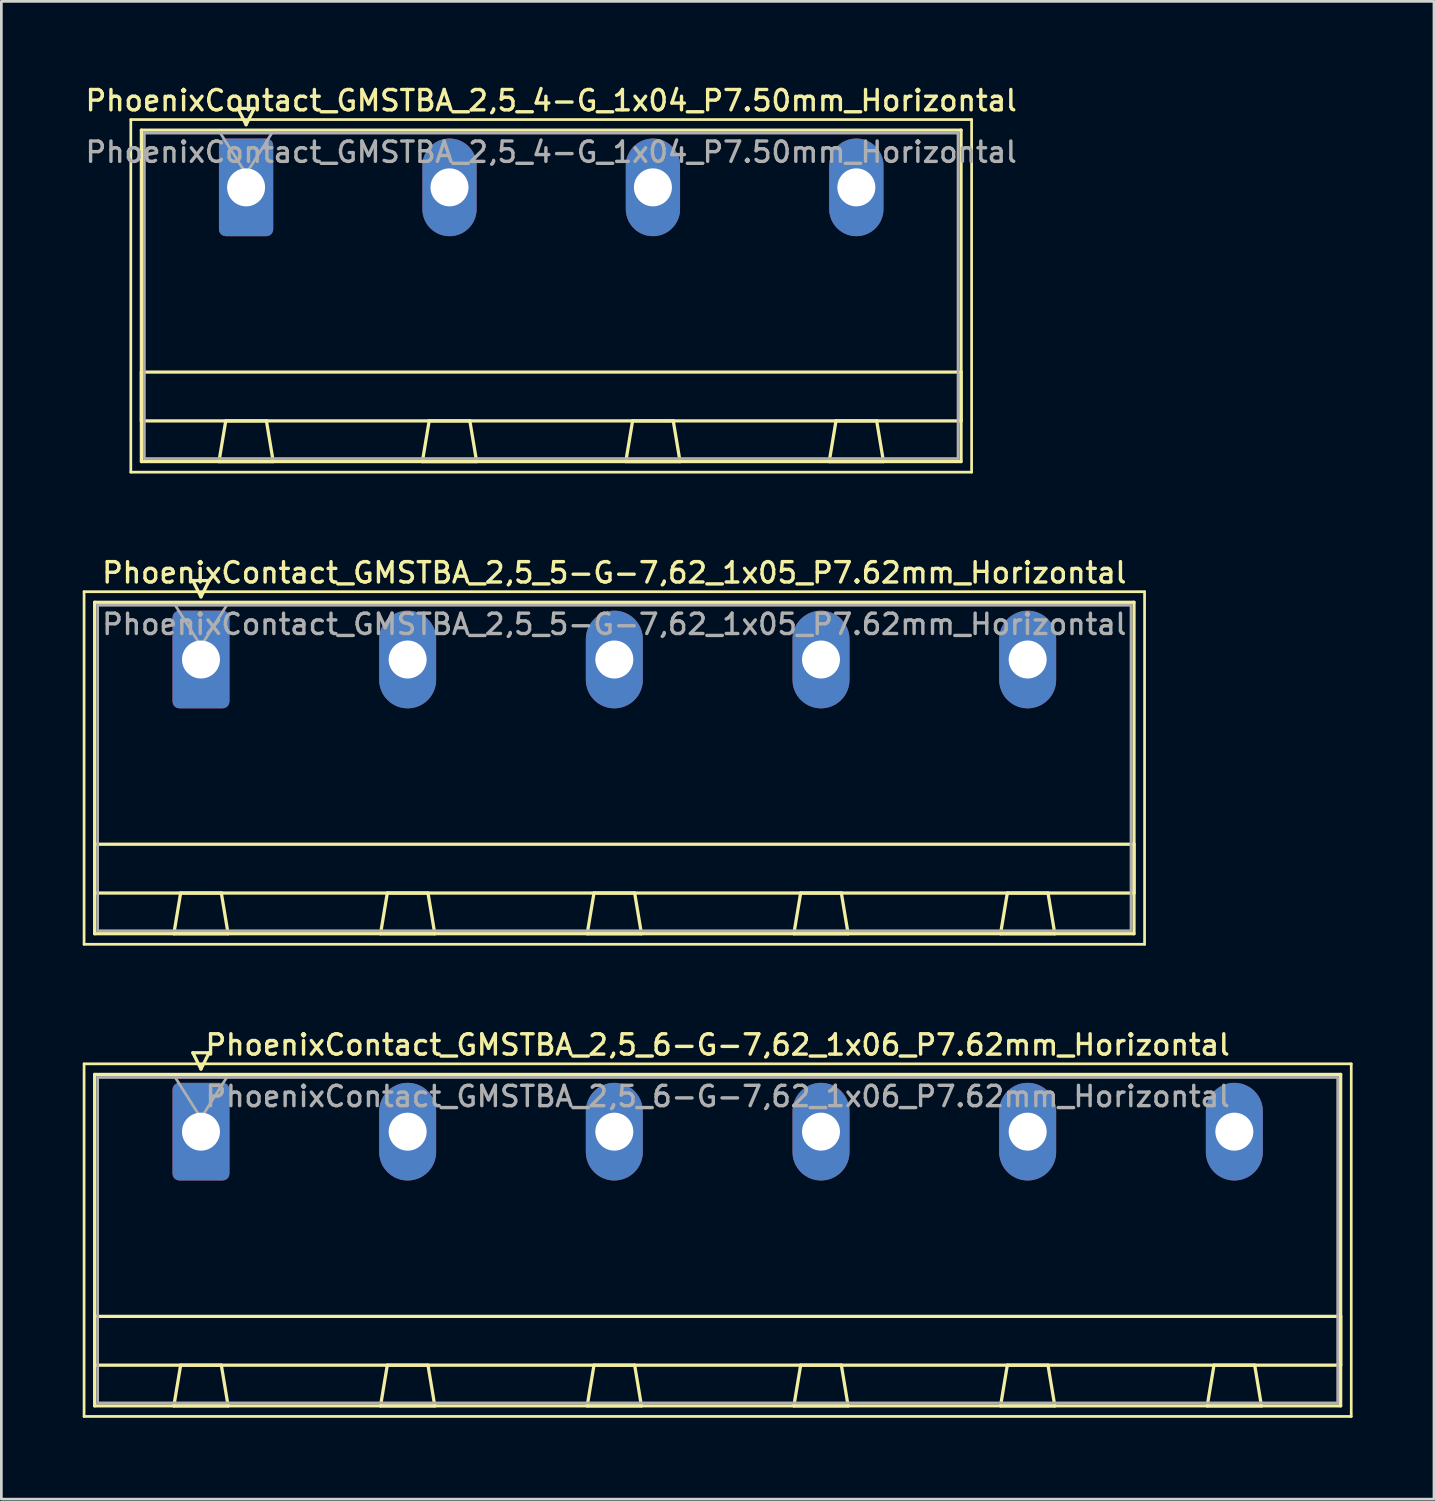
<source format=kicad_pcb>
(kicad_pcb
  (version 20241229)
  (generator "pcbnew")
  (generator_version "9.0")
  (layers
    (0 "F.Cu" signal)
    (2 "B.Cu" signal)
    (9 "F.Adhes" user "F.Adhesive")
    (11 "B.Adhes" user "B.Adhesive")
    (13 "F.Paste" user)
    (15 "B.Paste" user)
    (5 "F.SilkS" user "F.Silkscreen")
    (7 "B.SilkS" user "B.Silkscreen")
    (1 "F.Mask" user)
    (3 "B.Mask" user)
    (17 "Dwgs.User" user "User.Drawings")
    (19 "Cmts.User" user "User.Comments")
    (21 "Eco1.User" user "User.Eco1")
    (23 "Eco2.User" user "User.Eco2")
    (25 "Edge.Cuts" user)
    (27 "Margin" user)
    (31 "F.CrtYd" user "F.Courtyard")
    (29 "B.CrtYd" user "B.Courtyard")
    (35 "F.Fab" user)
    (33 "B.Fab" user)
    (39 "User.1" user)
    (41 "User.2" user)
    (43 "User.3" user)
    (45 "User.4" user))
  (footprint "PhoenixContact_GMSTBA_2,5_4-G_1x04_P7.50mm_Horizontal"
    (layer "F.Cu")
    (at 6.023 3.858)
    (property "Reference" "PhoenixContact_GMSTBA_2,5_4-G_1x04_P7.50mm_Horizontal" (at 11.25 -3.2 0) (layer "F.SilkS") (effects (font (size 0.75 0.75) (thickness 0.125))))
    (attr through_hole)
    (fp_line (start -4.25 -2.5) (end -4.25 10.5) (stroke (width 0.1) (type solid)) (layer "F.SilkS"))
    (fp_line (start -4.25 10.5) (end 26.75 10.5) (stroke (width 0.1) (type solid)) (layer "F.SilkS"))
    (fp_line (start -3.86 -2.11) (end -3.86 10.11) (stroke (width 0.12) (type solid)) (layer "F.SilkS"))
    (fp_line (start -3.86 6.81) (end 26.36 6.81) (stroke (width 0.12) (type solid)) (layer "F.SilkS"))
    (fp_line (start -3.86 8.61) (end -3.86 6.81) (stroke (width 0.12) (type solid)) (layer "F.SilkS"))
    (fp_line (start -3.86 10.11) (end 26.36 10.11) (stroke (width 0.12) (type solid)) (layer "F.SilkS"))
    (fp_line (start -1 10.11) (end 1 10.11) (stroke (width 0.12) (type solid)) (layer "F.SilkS"))
    (fp_line (start -0.75 8.61) (end -1 10.11) (stroke (width 0.12) (type solid)) (layer "F.SilkS"))
    (fp_line (start -0.3 -2.91) (end 0.3 -2.91) (stroke (width 0.12) (type solid)) (layer "F.SilkS"))
    (fp_line (start 0 -2.31) (end -0.3 -2.91) (stroke (width 0.12) (type solid)) (layer "F.SilkS"))
    (fp_line (start 0.3 -2.91) (end 0 -2.31) (stroke (width 0.12) (type solid)) (layer "F.SilkS"))
    (fp_line (start 0.75 8.61) (end -0.75 8.61) (stroke (width 0.12) (type solid)) (layer "F.SilkS"))
    (fp_line (start 1 10.11) (end 0.75 8.61) (stroke (width 0.12) (type solid)) (layer "F.SilkS"))
    (fp_line (start 6.5 10.11) (end 8.5 10.11) (stroke (width 0.12) (type solid)) (layer "F.SilkS"))
    (fp_line (start 6.75 8.61) (end 6.5 10.11) (stroke (width 0.12) (type solid)) (layer "F.SilkS"))
    (fp_line (start 8.25 8.61) (end 6.75 8.61) (stroke (width 0.12) (type solid)) (layer "F.SilkS"))
    (fp_line (start 8.5 10.11) (end 8.25 8.61) (stroke (width 0.12) (type solid)) (layer "F.SilkS"))
    (fp_line (start 14 10.11) (end 16 10.11) (stroke (width 0.12) (type solid)) (layer "F.SilkS"))
    (fp_line (start 14.25 8.61) (end 14 10.11) (stroke (width 0.12) (type solid)) (layer "F.SilkS"))
    (fp_line (start 15.75 8.61) (end 14.25 8.61) (stroke (width 0.12) (type solid)) (layer "F.SilkS"))
    (fp_line (start 16 10.11) (end 15.75 8.61) (stroke (width 0.12) (type solid)) (layer "F.SilkS"))
    (fp_line (start 21.5 10.11) (end 23.5 10.11) (stroke (width 0.12) (type solid)) (layer "F.SilkS"))
    (fp_line (start 21.75 8.61) (end 21.5 10.11) (stroke (width 0.12) (type solid)) (layer "F.SilkS"))
    (fp_line (start 23.25 8.61) (end 21.75 8.61) (stroke (width 0.12) (type solid)) (layer "F.SilkS"))
    (fp_line (start 23.5 10.11) (end 23.25 8.61) (stroke (width 0.12) (type solid)) (layer "F.SilkS"))
    (fp_line (start 26.36 -2.11) (end -3.86 -2.11) (stroke (width 0.12) (type solid)) (layer "F.SilkS"))
    (fp_line (start 26.36 6.81) (end 26.36 8.61) (stroke (width 0.12) (type solid)) (layer "F.SilkS"))
    (fp_line (start 26.36 8.61) (end -3.86 8.61) (stroke (width 0.12) (type solid)) (layer "F.SilkS"))
    (fp_line (start 26.36 10.11) (end 26.36 -2.11) (stroke (width 0.12) (type solid)) (layer "F.SilkS"))
    (fp_line (start 26.75 -2.5) (end -4.25 -2.5) (stroke (width 0.1) (type solid)) (layer "F.SilkS"))
    (fp_line (start 26.75 10.5) (end 26.75 -2.5) (stroke (width 0.1) (type solid)) (layer "F.SilkS"))
    (fp_line (start -3.75 -2) (end -3.75 10) (stroke (width 0.1) (type solid)) (layer "F.Fab"))
    (fp_line (start -3.75 10) (end 26.25 10) (stroke (width 0.1) (type solid)) (layer "F.Fab"))
    (fp_line (start 0 -0.5) (end -0.95 -2) (stroke (width 0.1) (type solid)) (layer "F.Fab"))
    (fp_line (start 0.95 -2) (end 0 -0.5) (stroke (width 0.1) (type solid)) (layer "F.Fab"))
    (fp_line (start 26.25 -2) (end -3.75 -2) (stroke (width 0.1) (type solid)) (layer "F.Fab"))
    (fp_line (start 26.25 10) (end 26.25 -2) (stroke (width 0.1) (type solid)) (layer "F.Fab"))
    (fp_text user "${REFERENCE}" (at 11.25 -1.3 0) (layer "F.Fab") (effects (font (size 0.75 0.75) (thickness 0.125))))
    (pad "1" thru_hole roundrect (at 0 0) (size 2 3.6) (drill 1.4) (layers "*.Cu" "*.Mask") (roundrect_rratio 0.125))
    (pad "2" thru_hole oval (at 7.5 0) (size 2 3.6) (drill 1.4) (layers "*.Cu" "*.Mask"))
    (pad "3" thru_hole oval (at 15 0) (size 2 3.6) (drill 1.4) (layers "*.Cu" "*.Mask"))
    (pad "4" thru_hole oval (at 22.5 0) (size 2 3.6) (drill 1.4) (layers "*.Cu" "*.Mask")))
  (footprint "PhoenixContact_GMSTBA_2,5_6-G-7,62_1x06_P7.62mm_Horizontal"
    (layer "F.Cu")
    (at 4.36 38.674)
    (property "Reference" "PhoenixContact_GMSTBA_2,5_6-G-7,62_1x06_P7.62mm_Horizontal" (at 19.05 -3.2 0) (layer "F.SilkS") (effects (font (size 0.75 0.75) (thickness 0.125))))
    (attr through_hole)
    (fp_line (start -4.31 -2.5) (end -4.31 10.5) (stroke (width 0.1) (type solid)) (layer "F.SilkS"))
    (fp_line (start -4.31 10.5) (end 42.41 10.5) (stroke (width 0.1) (type solid)) (layer "F.SilkS"))
    (fp_line (start -3.92 -2.11) (end -3.92 10.11) (stroke (width 0.12) (type solid)) (layer "F.SilkS"))
    (fp_line (start -3.92 6.81) (end 42.02 6.81) (stroke (width 0.12) (type solid)) (layer "F.SilkS"))
    (fp_line (start -3.92 8.61) (end -3.92 6.81) (stroke (width 0.12) (type solid)) (layer "F.SilkS"))
    (fp_line (start -3.92 10.11) (end 42.02 10.11) (stroke (width 0.12) (type solid)) (layer "F.SilkS"))
    (fp_line (start -1 10.11) (end 1 10.11) (stroke (width 0.12) (type solid)) (layer "F.SilkS"))
    (fp_line (start -0.75 8.61) (end -1 10.11) (stroke (width 0.12) (type solid)) (layer "F.SilkS"))
    (fp_line (start -0.3 -2.91) (end 0.3 -2.91) (stroke (width 0.12) (type solid)) (layer "F.SilkS"))
    (fp_line (start 0 -2.31) (end -0.3 -2.91) (stroke (width 0.12) (type solid)) (layer "F.SilkS"))
    (fp_line (start 0.3 -2.91) (end 0 -2.31) (stroke (width 0.12) (type solid)) (layer "F.SilkS"))
    (fp_line (start 0.75 8.61) (end -0.75 8.61) (stroke (width 0.12) (type solid)) (layer "F.SilkS"))
    (fp_line (start 1 10.11) (end 0.75 8.61) (stroke (width 0.12) (type solid)) (layer "F.SilkS"))
    (fp_line (start 6.62 10.11) (end 8.62 10.11) (stroke (width 0.12) (type solid)) (layer "F.SilkS"))
    (fp_line (start 6.87 8.61) (end 6.62 10.11) (stroke (width 0.12) (type solid)) (layer "F.SilkS"))
    (fp_line (start 8.37 8.61) (end 6.87 8.61) (stroke (width 0.12) (type solid)) (layer "F.SilkS"))
    (fp_line (start 8.62 10.11) (end 8.37 8.61) (stroke (width 0.12) (type solid)) (layer "F.SilkS"))
    (fp_line (start 14.24 10.11) (end 16.24 10.11) (stroke (width 0.12) (type solid)) (layer "F.SilkS"))
    (fp_line (start 14.49 8.61) (end 14.24 10.11) (stroke (width 0.12) (type solid)) (layer "F.SilkS"))
    (fp_line (start 15.99 8.61) (end 14.49 8.61) (stroke (width 0.12) (type solid)) (layer "F.SilkS"))
    (fp_line (start 16.24 10.11) (end 15.99 8.61) (stroke (width 0.12) (type solid)) (layer "F.SilkS"))
    (fp_line (start 21.86 10.11) (end 23.86 10.11) (stroke (width 0.12) (type solid)) (layer "F.SilkS"))
    (fp_line (start 22.11 8.61) (end 21.86 10.11) (stroke (width 0.12) (type solid)) (layer "F.SilkS"))
    (fp_line (start 23.61 8.61) (end 22.11 8.61) (stroke (width 0.12) (type solid)) (layer "F.SilkS"))
    (fp_line (start 23.86 10.11) (end 23.61 8.61) (stroke (width 0.12) (type solid)) (layer "F.SilkS"))
    (fp_line (start 29.48 10.11) (end 31.48 10.11) (stroke (width 0.12) (type solid)) (layer "F.SilkS"))
    (fp_line (start 29.73 8.61) (end 29.48 10.11) (stroke (width 0.12) (type solid)) (layer "F.SilkS"))
    (fp_line (start 31.23 8.61) (end 29.73 8.61) (stroke (width 0.12) (type solid)) (layer "F.SilkS"))
    (fp_line (start 31.48 10.11) (end 31.23 8.61) (stroke (width 0.12) (type solid)) (layer "F.SilkS"))
    (fp_line (start 37.1 10.11) (end 39.1 10.11) (stroke (width 0.12) (type solid)) (layer "F.SilkS"))
    (fp_line (start 37.35 8.61) (end 37.1 10.11) (stroke (width 0.12) (type solid)) (layer "F.SilkS"))
    (fp_line (start 38.85 8.61) (end 37.35 8.61) (stroke (width 0.12) (type solid)) (layer "F.SilkS"))
    (fp_line (start 39.1 10.11) (end 38.85 8.61) (stroke (width 0.12) (type solid)) (layer "F.SilkS"))
    (fp_line (start 42.02 -2.11) (end -3.92 -2.11) (stroke (width 0.12) (type solid)) (layer "F.SilkS"))
    (fp_line (start 42.02 6.81) (end 42.02 8.61) (stroke (width 0.12) (type solid)) (layer "F.SilkS"))
    (fp_line (start 42.02 8.61) (end -3.92 8.61) (stroke (width 0.12) (type solid)) (layer "F.SilkS"))
    (fp_line (start 42.02 10.11) (end 42.02 -2.11) (stroke (width 0.12) (type solid)) (layer "F.SilkS"))
    (fp_line (start 42.41 -2.5) (end -4.31 -2.5) (stroke (width 0.1) (type solid)) (layer "F.SilkS"))
    (fp_line (start 42.41 10.5) (end 42.41 -2.5) (stroke (width 0.1) (type solid)) (layer "F.SilkS"))
    (fp_line (start -3.81 -2) (end -3.81 10) (stroke (width 0.1) (type solid)) (layer "F.Fab"))
    (fp_line (start -3.81 10) (end 41.91 10) (stroke (width 0.1) (type solid)) (layer "F.Fab"))
    (fp_line (start 0 -0.5) (end -0.95 -2) (stroke (width 0.1) (type solid)) (layer "F.Fab"))
    (fp_line (start 0.95 -2) (end 0 -0.5) (stroke (width 0.1) (type solid)) (layer "F.Fab"))
    (fp_line (start 41.91 -2) (end -3.81 -2) (stroke (width 0.1) (type solid)) (layer "F.Fab"))
    (fp_line (start 41.91 10) (end 41.91 -2) (stroke (width 0.1) (type solid)) (layer "F.Fab"))
    (fp_text user "${REFERENCE}" (at 19.05 -1.3 0) (layer "F.Fab") (effects (font (size 0.75 0.75) (thickness 0.125))))
    (pad "1" thru_hole roundrect (at 0 0) (size 2.1 3.6) (drill 1.4) (layers "*.Cu" "*.Mask") (roundrect_rratio 0.119))
    (pad "2" thru_hole oval (at 7.62 0) (size 2.1 3.6) (drill 1.4) (layers "*.Cu" "*.Mask"))
    (pad "3" thru_hole oval (at 15.24 0) (size 2.1 3.6) (drill 1.4) (layers "*.Cu" "*.Mask"))
    (pad "4" thru_hole oval (at 22.86 0) (size 2.1 3.6) (drill 1.4) (layers "*.Cu" "*.Mask"))
    (pad "5" thru_hole oval (at 30.48 0) (size 2.1 3.6) (drill 1.4) (layers "*.Cu" "*.Mask"))
    (pad "6" thru_hole oval (at 38.1 0) (size 2.1 3.6) (drill 1.4) (layers "*.Cu" "*.Mask")))
  (footprint "PhoenixContact_GMSTBA_2,5_5-G-7,62_1x05_P7.62mm_Horizontal"
    (layer "F.Cu")
    (at 4.36 21.266)
    (property "Reference" "PhoenixContact_GMSTBA_2,5_5-G-7,62_1x05_P7.62mm_Horizontal" (at 15.24 -3.2 0) (layer "F.SilkS") (effects (font (size 0.75 0.75) (thickness 0.125))))
    (attr through_hole)
    (fp_line (start -4.31 -2.5) (end -4.31 10.5) (stroke (width 0.1) (type solid)) (layer "F.SilkS"))
    (fp_line (start -4.31 10.5) (end 34.79 10.5) (stroke (width 0.1) (type solid)) (layer "F.SilkS"))
    (fp_line (start -3.92 -2.11) (end -3.92 10.11) (stroke (width 0.12) (type solid)) (layer "F.SilkS"))
    (fp_line (start -3.92 6.81) (end 34.4 6.81) (stroke (width 0.12) (type solid)) (layer "F.SilkS"))
    (fp_line (start -3.92 8.61) (end -3.92 6.81) (stroke (width 0.12) (type solid)) (layer "F.SilkS"))
    (fp_line (start -3.92 10.11) (end 34.4 10.11) (stroke (width 0.12) (type solid)) (layer "F.SilkS"))
    (fp_line (start -1 10.11) (end 1 10.11) (stroke (width 0.12) (type solid)) (layer "F.SilkS"))
    (fp_line (start -0.75 8.61) (end -1 10.11) (stroke (width 0.12) (type solid)) (layer "F.SilkS"))
    (fp_line (start -0.3 -2.91) (end 0.3 -2.91) (stroke (width 0.12) (type solid)) (layer "F.SilkS"))
    (fp_line (start 0 -2.31) (end -0.3 -2.91) (stroke (width 0.12) (type solid)) (layer "F.SilkS"))
    (fp_line (start 0.3 -2.91) (end 0 -2.31) (stroke (width 0.12) (type solid)) (layer "F.SilkS"))
    (fp_line (start 0.75 8.61) (end -0.75 8.61) (stroke (width 0.12) (type solid)) (layer "F.SilkS"))
    (fp_line (start 1 10.11) (end 0.75 8.61) (stroke (width 0.12) (type solid)) (layer "F.SilkS"))
    (fp_line (start 6.62 10.11) (end 8.62 10.11) (stroke (width 0.12) (type solid)) (layer "F.SilkS"))
    (fp_line (start 6.87 8.61) (end 6.62 10.11) (stroke (width 0.12) (type solid)) (layer "F.SilkS"))
    (fp_line (start 8.37 8.61) (end 6.87 8.61) (stroke (width 0.12) (type solid)) (layer "F.SilkS"))
    (fp_line (start 8.62 10.11) (end 8.37 8.61) (stroke (width 0.12) (type solid)) (layer "F.SilkS"))
    (fp_line (start 14.24 10.11) (end 16.24 10.11) (stroke (width 0.12) (type solid)) (layer "F.SilkS"))
    (fp_line (start 14.49 8.61) (end 14.24 10.11) (stroke (width 0.12) (type solid)) (layer "F.SilkS"))
    (fp_line (start 15.99 8.61) (end 14.49 8.61) (stroke (width 0.12) (type solid)) (layer "F.SilkS"))
    (fp_line (start 16.24 10.11) (end 15.99 8.61) (stroke (width 0.12) (type solid)) (layer "F.SilkS"))
    (fp_line (start 21.86 10.11) (end 23.86 10.11) (stroke (width 0.12) (type solid)) (layer "F.SilkS"))
    (fp_line (start 22.11 8.61) (end 21.86 10.11) (stroke (width 0.12) (type solid)) (layer "F.SilkS"))
    (fp_line (start 23.61 8.61) (end 22.11 8.61) (stroke (width 0.12) (type solid)) (layer "F.SilkS"))
    (fp_line (start 23.86 10.11) (end 23.61 8.61) (stroke (width 0.12) (type solid)) (layer "F.SilkS"))
    (fp_line (start 29.48 10.11) (end 31.48 10.11) (stroke (width 0.12) (type solid)) (layer "F.SilkS"))
    (fp_line (start 29.73 8.61) (end 29.48 10.11) (stroke (width 0.12) (type solid)) (layer "F.SilkS"))
    (fp_line (start 31.23 8.61) (end 29.73 8.61) (stroke (width 0.12) (type solid)) (layer "F.SilkS"))
    (fp_line (start 31.48 10.11) (end 31.23 8.61) (stroke (width 0.12) (type solid)) (layer "F.SilkS"))
    (fp_line (start 34.4 -2.11) (end -3.92 -2.11) (stroke (width 0.12) (type solid)) (layer "F.SilkS"))
    (fp_line (start 34.4 6.81) (end 34.4 8.61) (stroke (width 0.12) (type solid)) (layer "F.SilkS"))
    (fp_line (start 34.4 8.61) (end -3.92 8.61) (stroke (width 0.12) (type solid)) (layer "F.SilkS"))
    (fp_line (start 34.4 10.11) (end 34.4 -2.11) (stroke (width 0.12) (type solid)) (layer "F.SilkS"))
    (fp_line (start 34.79 -2.5) (end -4.31 -2.5) (stroke (width 0.1) (type solid)) (layer "F.SilkS"))
    (fp_line (start 34.79 10.5) (end 34.79 -2.5) (stroke (width 0.1) (type solid)) (layer "F.SilkS"))
    (fp_line (start -3.81 -2) (end -3.81 10) (stroke (width 0.1) (type solid)) (layer "F.Fab"))
    (fp_line (start -3.81 10) (end 34.29 10) (stroke (width 0.1) (type solid)) (layer "F.Fab"))
    (fp_line (start 0 -0.5) (end -0.95 -2) (stroke (width 0.1) (type solid)) (layer "F.Fab"))
    (fp_line (start 0.95 -2) (end 0 -0.5) (stroke (width 0.1) (type solid)) (layer "F.Fab"))
    (fp_line (start 34.29 -2) (end -3.81 -2) (stroke (width 0.1) (type solid)) (layer "F.Fab"))
    (fp_line (start 34.29 10) (end 34.29 -2) (stroke (width 0.1) (type solid)) (layer "F.Fab"))
    (fp_text user "${REFERENCE}" (at 15.24 -1.3 0) (layer "F.Fab") (effects (font (size 0.75 0.75) (thickness 0.125))))
    (pad "1" thru_hole roundrect (at 0 0) (size 2.1 3.6) (drill 1.4) (layers "*.Cu" "*.Mask") (roundrect_rratio 0.119))
    (pad "2" thru_hole oval (at 7.62 0) (size 2.1 3.6) (drill 1.4) (layers "*.Cu" "*.Mask"))
    (pad "3" thru_hole oval (at 15.24 0) (size 2.1 3.6) (drill 1.4) (layers "*.Cu" "*.Mask"))
    (pad "4" thru_hole oval (at 22.86 0) (size 2.1 3.6) (drill 1.4) (layers "*.Cu" "*.Mask"))
    (pad "5" thru_hole oval (at 30.48 0) (size 2.1 3.6) (drill 1.4) (layers "*.Cu" "*.Mask")))
  (gr_rect
    (start -3 -3)
    (end 49.82 52.224)
    (stroke (width 0.1) (type default))
    (fill no)
    (layer "Edge.Cuts")))
</source>
